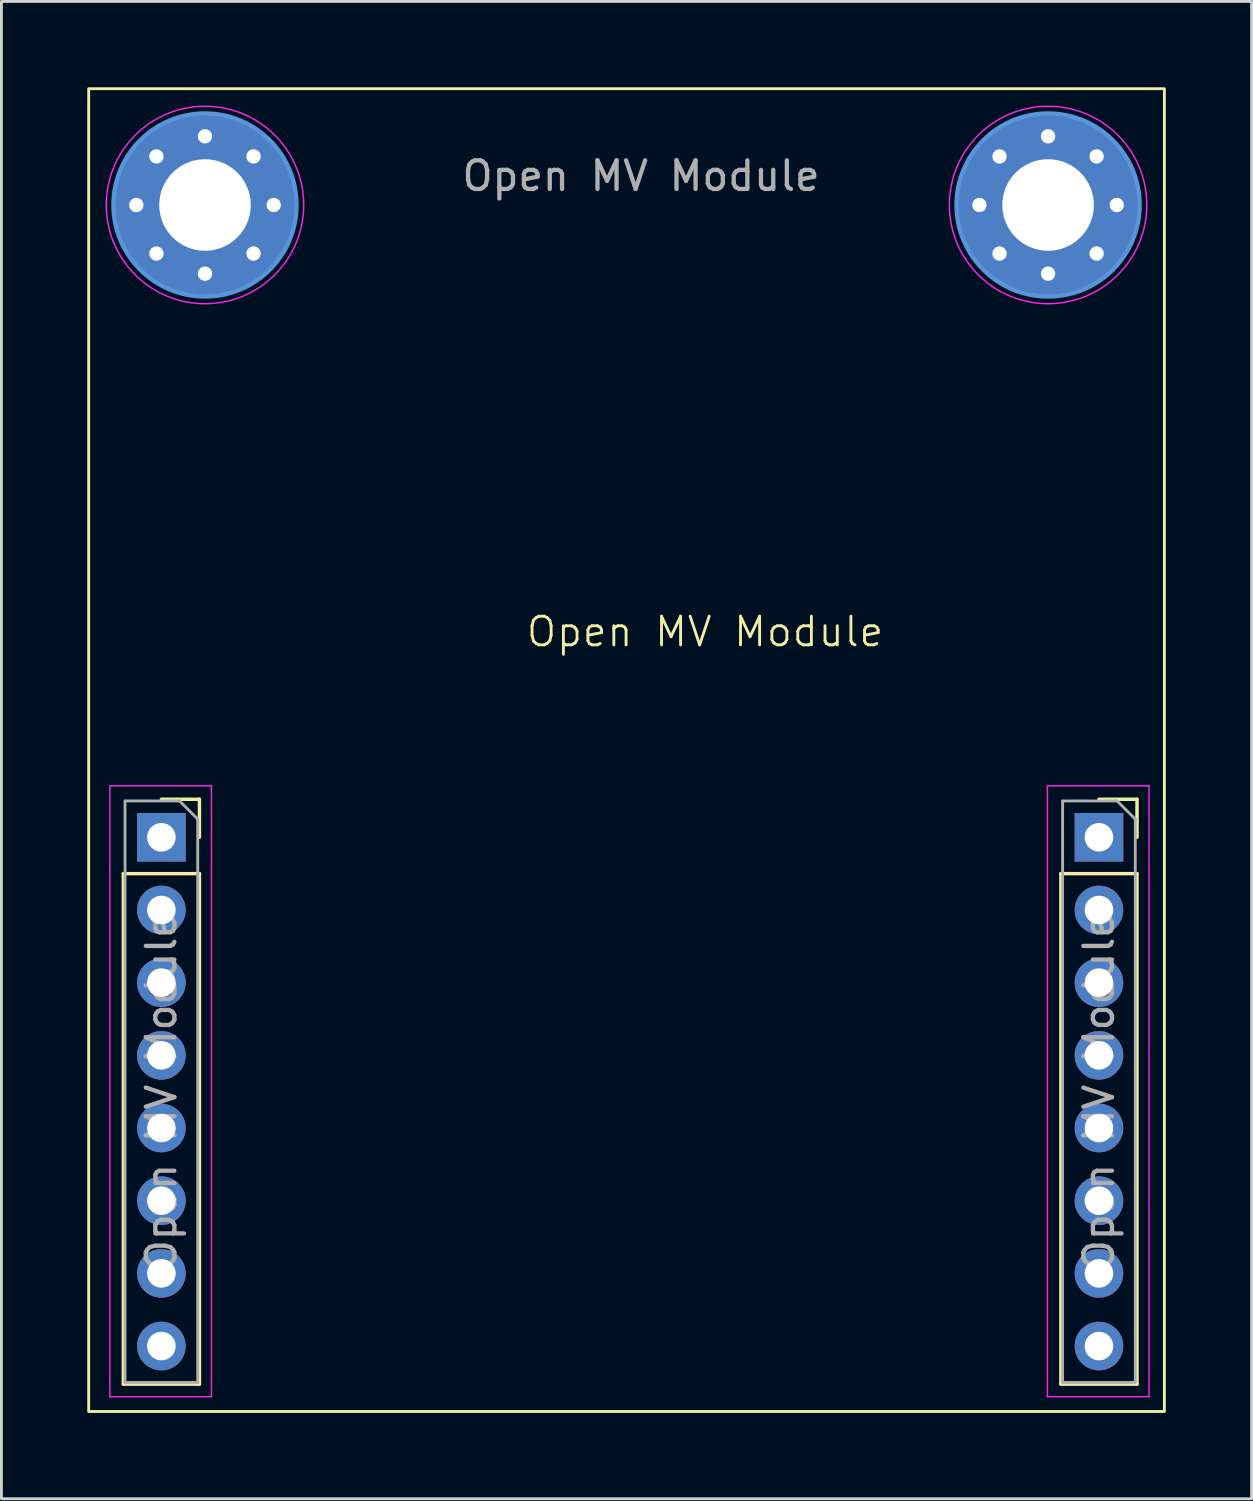
<source format=kicad_pcb>
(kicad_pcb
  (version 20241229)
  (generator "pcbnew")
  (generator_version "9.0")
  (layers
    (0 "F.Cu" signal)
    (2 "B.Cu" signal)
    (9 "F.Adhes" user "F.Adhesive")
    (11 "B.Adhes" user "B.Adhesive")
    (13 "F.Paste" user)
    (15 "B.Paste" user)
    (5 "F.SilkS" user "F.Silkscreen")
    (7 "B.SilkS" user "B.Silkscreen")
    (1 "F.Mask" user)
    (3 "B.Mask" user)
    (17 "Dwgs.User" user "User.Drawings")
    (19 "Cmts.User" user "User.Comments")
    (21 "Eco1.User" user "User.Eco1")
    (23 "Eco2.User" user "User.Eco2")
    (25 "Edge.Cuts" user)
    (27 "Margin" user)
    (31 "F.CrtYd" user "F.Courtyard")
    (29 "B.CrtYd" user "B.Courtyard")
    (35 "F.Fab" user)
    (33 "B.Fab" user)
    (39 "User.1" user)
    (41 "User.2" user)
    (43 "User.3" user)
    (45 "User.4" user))
  (footprint "Open MV Module"
    (layer "F.Cu")
    (at 18.846 23.164)
    (property "Reference" "Open MV Module" (at 2.746 -4.136 0) (unlocked yes) (layer "F.SilkS") (effects (font (size 1 1) (thickness 0.1))))
    (attr smd)
    (fp_line (start -17.586 4.318) (end -17.586 22.158) (stroke (width 0.12) (type solid)) (layer "F.SilkS"))
    (fp_line (start -17.586 4.318) (end -14.926 4.318) (stroke (width 0.12) (type solid)) (layer "F.SilkS"))
    (fp_line (start -17.586 22.158) (end -14.926 22.158) (stroke (width 0.12) (type solid)) (layer "F.SilkS"))
    (fp_line (start -16.256 1.718) (end -14.926 1.718) (stroke (width 0.12) (type solid)) (layer "F.SilkS"))
    (fp_line (start -14.926 1.718) (end -14.926 3.048) (stroke (width 0.12) (type solid)) (layer "F.SilkS"))
    (fp_line (start -14.926 4.318) (end -14.926 22.158) (stroke (width 0.12) (type solid)) (layer "F.SilkS"))
    (fp_line (start 15.18 4.318) (end 15.18 22.158) (stroke (width 0.12) (type solid)) (layer "F.SilkS"))
    (fp_line (start 15.18 4.318) (end 17.84 4.318) (stroke (width 0.12) (type solid)) (layer "F.SilkS"))
    (fp_line (start 15.18 22.158) (end 17.84 22.158) (stroke (width 0.12) (type solid)) (layer "F.SilkS"))
    (fp_line (start 16.51 1.718) (end 17.84 1.718) (stroke (width 0.12) (type solid)) (layer "F.SilkS"))
    (fp_line (start 17.84 1.718) (end 17.84 3.048) (stroke (width 0.12) (type solid)) (layer "F.SilkS"))
    (fp_line (start 17.84 4.318) (end 17.84 22.158) (stroke (width 0.12) (type solid)) (layer "F.SilkS"))
    (fp_rect (start -18.796 23.114) (end 18.796 -23.114) (stroke (width 0.1) (type default)) (fill no) (layer "F.SilkS"))
    (fp_circle (center -14.732 -19.05) (end -11.532 -19.05) (stroke (width 0.15) (type solid)) (fill no) (layer "Cmts.User"))
    (fp_circle (center 14.732 -19.05) (end 17.932 -19.05) (stroke (width 0.15) (type solid)) (fill no) (layer "Cmts.User"))
    (fp_line (start -18.056 1.248) (end -14.506 1.248) (stroke (width 0.05) (type solid)) (layer "F.CrtYd"))
    (fp_line (start -18.056 22.598) (end -18.056 1.248) (stroke (width 0.05) (type solid)) (layer "F.CrtYd"))
    (fp_line (start -14.506 1.248) (end -14.506 22.598) (stroke (width 0.05) (type solid)) (layer "F.CrtYd"))
    (fp_line (start -14.506 22.598) (end -18.056 22.598) (stroke (width 0.05) (type solid)) (layer "F.CrtYd"))
    (fp_line (start 14.71 1.248) (end 18.26 1.248) (stroke (width 0.05) (type solid)) (layer "F.CrtYd"))
    (fp_line (start 14.71 22.598) (end 14.71 1.248) (stroke (width 0.05) (type solid)) (layer "F.CrtYd"))
    (fp_line (start 18.26 1.248) (end 18.26 22.598) (stroke (width 0.05) (type solid)) (layer "F.CrtYd"))
    (fp_line (start 18.26 22.598) (end 14.71 22.598) (stroke (width 0.05) (type solid)) (layer "F.CrtYd"))
    (fp_circle (center -14.732 -19.05) (end -11.282 -19.05) (stroke (width 0.05) (type solid)) (fill no) (layer "F.CrtYd"))
    (fp_circle (center 14.732 -19.05) (end 18.182 -19.05) (stroke (width 0.05) (type solid)) (fill no) (layer "F.CrtYd"))
    (fp_line (start -17.526 1.778) (end -15.621 1.778) (stroke (width 0.1) (type solid)) (layer "F.Fab"))
    (fp_line (start -17.526 22.098) (end -17.526 1.778) (stroke (width 0.1) (type solid)) (layer "F.Fab"))
    (fp_line (start -15.621 1.778) (end -14.986 2.413) (stroke (width 0.1) (type solid)) (layer "F.Fab"))
    (fp_line (start -14.986 2.413) (end -14.986 22.098) (stroke (width 0.1) (type solid)) (layer "F.Fab"))
    (fp_line (start -14.986 22.098) (end -17.526 22.098) (stroke (width 0.1) (type solid)) (layer "F.Fab"))
    (fp_line (start 15.24 1.778) (end 17.145 1.778) (stroke (width 0.1) (type solid)) (layer "F.Fab"))
    (fp_line (start 15.24 22.098) (end 15.24 1.778) (stroke (width 0.1) (type solid)) (layer "F.Fab"))
    (fp_line (start 17.145 1.778) (end 17.78 2.413) (stroke (width 0.1) (type solid)) (layer "F.Fab"))
    (fp_line (start 17.78 2.413) (end 17.78 22.098) (stroke (width 0.1) (type solid)) (layer "F.Fab"))
    (fp_line (start 17.78 22.098) (end 15.24 22.098) (stroke (width 0.1) (type solid)) (layer "F.Fab"))
    (fp_text user "${REFERENCE}" (at 0.508 -20.066 0) (unlocked yes) (layer "F.Fab") (effects (font (size 1 1) (thickness 0.15))))
    (fp_text user "${REFERENCE}" (at -16.256 11.938 90) (layer "F.Fab") (effects (font (size 1 1) (thickness 0.15))))
    (fp_text user "${REFERENCE}" (at 16.51 11.938 90) (layer "F.Fab") (effects (font (size 1 1) (thickness 0.15))))
    (pad "0" thru_hole circle (at -17.132 -19.05) (size 0.8 0.8) (drill 0.5) (layers "*.Cu" "*.Mask"))
    (pad "0" thru_hole circle (at -16.429 -20.747) (size 0.8 0.8) (drill 0.5) (layers "*.Cu" "*.Mask"))
    (pad "0" thru_hole circle (at -16.429 -17.353) (size 0.8 0.8) (drill 0.5) (layers "*.Cu" "*.Mask"))
    (pad "0" thru_hole circle (at -14.732 -21.45) (size 0.8 0.8) (drill 0.5) (layers "*.Cu" "*.Mask"))
    (pad "0" thru_hole circle (at -14.732 -19.05) (size 6.4 6.4) (drill 3.2) (layers "*.Cu" "*.Mask"))
    (pad "0" thru_hole circle (at -14.732 -16.65) (size 0.8 0.8) (drill 0.5) (layers "*.Cu" "*.Mask"))
    (pad "0" thru_hole circle (at -13.035 -20.747) (size 0.8 0.8) (drill 0.5) (layers "*.Cu" "*.Mask"))
    (pad "0" thru_hole circle (at -13.035 -17.353) (size 0.8 0.8) (drill 0.5) (layers "*.Cu" "*.Mask"))
    (pad "0" thru_hole circle (at -12.332 -19.05) (size 0.8 0.8) (drill 0.5) (layers "*.Cu" "*.Mask"))
    (pad "0" thru_hole circle (at 12.332 -19.05) (size 0.8 0.8) (drill 0.5) (layers "*.Cu" "*.Mask"))
    (pad "0" thru_hole circle (at 13.035 -20.747) (size 0.8 0.8) (drill 0.5) (layers "*.Cu" "*.Mask"))
    (pad "0" thru_hole circle (at 13.035 -17.353) (size 0.8 0.8) (drill 0.5) (layers "*.Cu" "*.Mask"))
    (pad "0" thru_hole circle (at 14.732 -21.45) (size 0.8 0.8) (drill 0.5) (layers "*.Cu" "*.Mask"))
    (pad "0" thru_hole circle (at 14.732 -19.05) (size 6.4 6.4) (drill 3.2) (layers "*.Cu" "*.Mask"))
    (pad "0" thru_hole circle (at 14.732 -16.65) (size 0.8 0.8) (drill 0.5) (layers "*.Cu" "*.Mask"))
    (pad "0" thru_hole circle (at 16.429 -20.747) (size 0.8 0.8) (drill 0.5) (layers "*.Cu" "*.Mask"))
    (pad "0" thru_hole circle (at 16.429 -17.353) (size 0.8 0.8) (drill 0.5) (layers "*.Cu" "*.Mask"))
    (pad "0" thru_hole circle (at 17.132 -19.05) (size 0.8 0.8) (drill 0.5) (layers "*.Cu" "*.Mask"))
    (pad "1" thru_hole rect (at -16.256 3.048) (size 1.7 1.7) (drill 1) (layers "*.Cu" "*.Mask"))
    (pad "2" thru_hole oval (at -16.256 5.588) (size 1.7 1.7) (drill 1) (layers "*.Cu" "*.Mask"))
    (pad "3" thru_hole oval (at -16.256 8.128) (size 1.7 1.7) (drill 1) (layers "*.Cu" "*.Mask"))
    (pad "4" thru_hole oval (at -16.256 10.668) (size 1.7 1.7) (drill 1) (layers "*.Cu" "*.Mask"))
    (pad "5" thru_hole oval (at -16.256 13.208) (size 1.7 1.7) (drill 1) (layers "*.Cu" "*.Mask"))
    (pad "6" thru_hole oval (at -16.256 15.748) (size 1.7 1.7) (drill 1) (layers "*.Cu" "*.Mask"))
    (pad "7" thru_hole oval (at -16.256 18.288) (size 1.7 1.7) (drill 1) (layers "*.Cu" "*.Mask"))
    (pad "8" thru_hole oval (at -16.256 20.828) (size 1.7 1.7) (drill 1) (layers "*.Cu" "*.Mask"))
    (pad "9" thru_hole oval (at 16.51 20.828) (size 1.7 1.7) (drill 1) (layers "*.Cu" "*.Mask"))
    (pad "10" thru_hole oval (at 16.51 18.288) (size 1.7 1.7) (drill 1) (layers "*.Cu" "*.Mask"))
    (pad "11" thru_hole oval (at 16.51 15.748) (size 1.7 1.7) (drill 1) (layers "*.Cu" "*.Mask"))
    (pad "12" thru_hole oval (at 16.51 13.208) (size 1.7 1.7) (drill 1) (layers "*.Cu" "*.Mask"))
    (pad "13" thru_hole oval (at 16.51 10.668) (size 1.7 1.7) (drill 1) (layers "*.Cu" "*.Mask"))
    (pad "14" thru_hole oval (at 16.51 8.128) (size 1.7 1.7) (drill 1) (layers "*.Cu" "*.Mask"))
    (pad "15" thru_hole oval (at 16.51 5.588) (size 1.7 1.7) (drill 1) (layers "*.Cu" "*.Mask"))
    (pad "16" thru_hole rect (at 16.51 3.048) (size 1.7 1.7) (drill 1) (layers "*.Cu" "*.Mask")))
  (gr_rect
    (start -3 -3)
    (end 40.692 49.328)
    (stroke (width 0.1) (type default))
    (fill no)
    (layer "Edge.Cuts")))
</source>
